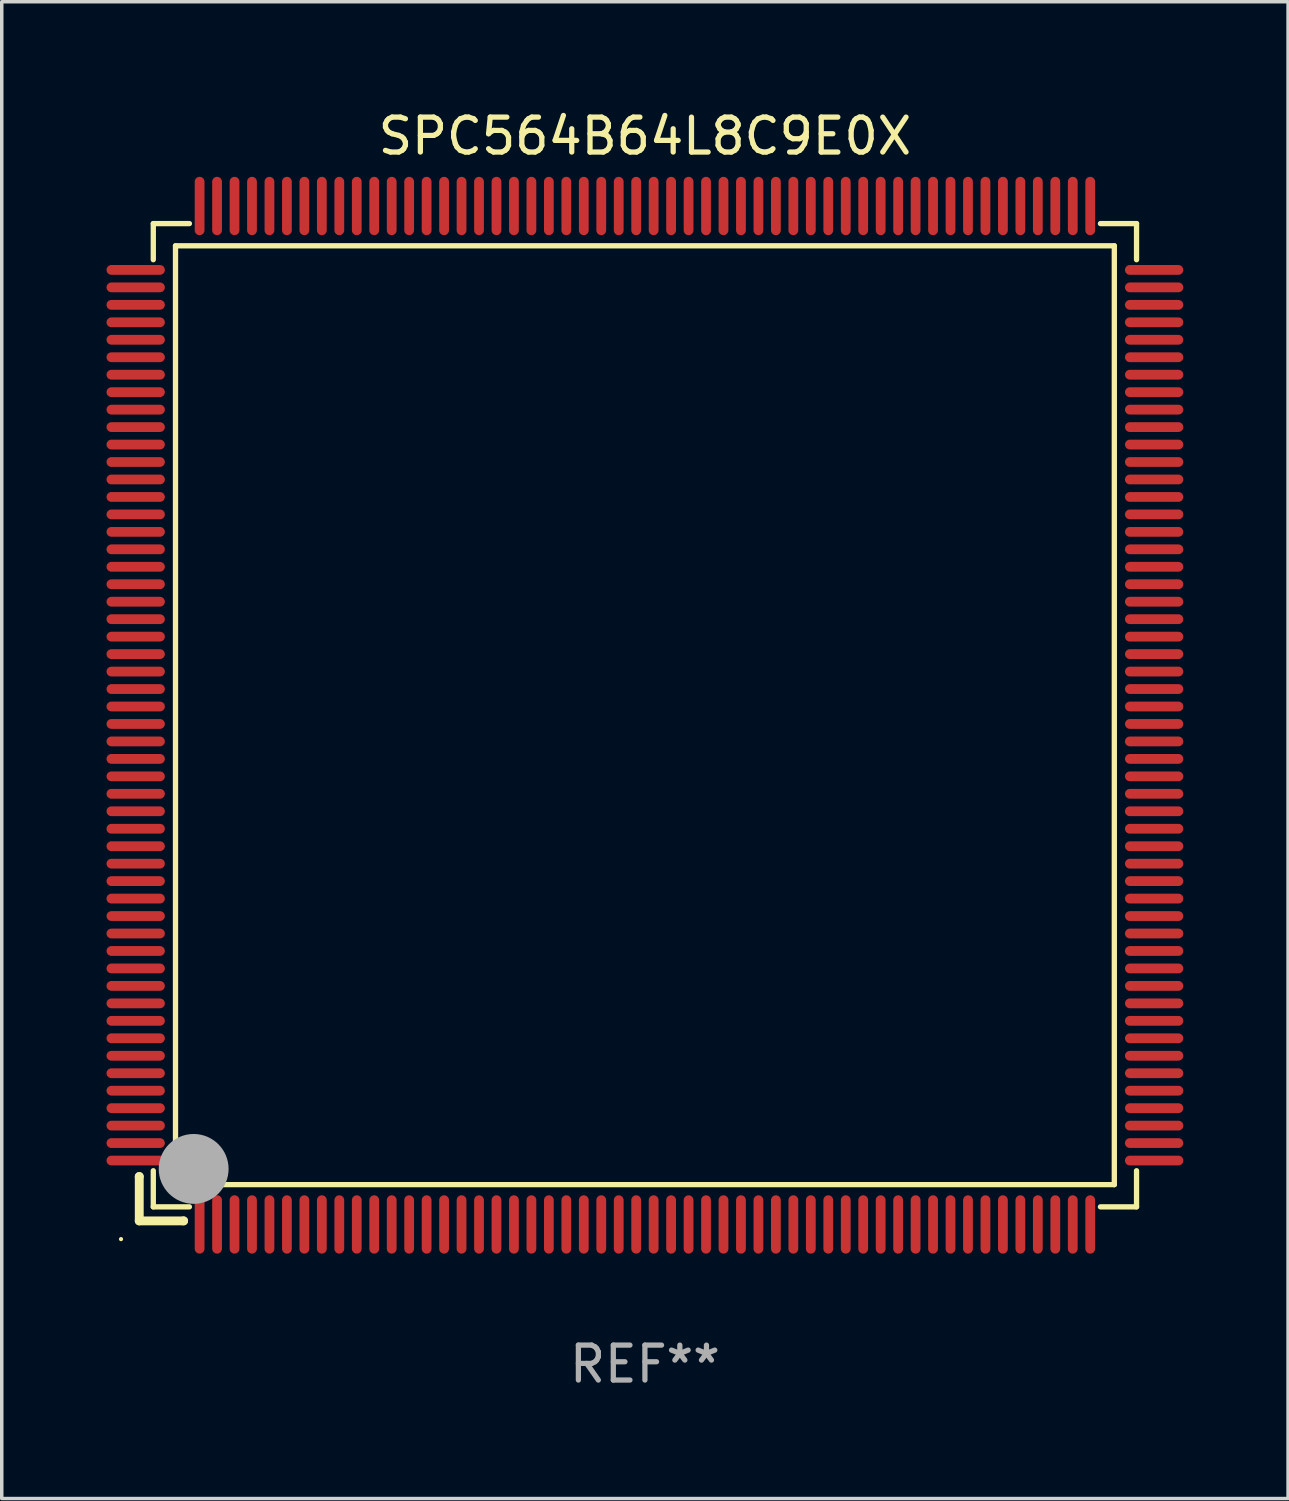
<source format=kicad_pcb>
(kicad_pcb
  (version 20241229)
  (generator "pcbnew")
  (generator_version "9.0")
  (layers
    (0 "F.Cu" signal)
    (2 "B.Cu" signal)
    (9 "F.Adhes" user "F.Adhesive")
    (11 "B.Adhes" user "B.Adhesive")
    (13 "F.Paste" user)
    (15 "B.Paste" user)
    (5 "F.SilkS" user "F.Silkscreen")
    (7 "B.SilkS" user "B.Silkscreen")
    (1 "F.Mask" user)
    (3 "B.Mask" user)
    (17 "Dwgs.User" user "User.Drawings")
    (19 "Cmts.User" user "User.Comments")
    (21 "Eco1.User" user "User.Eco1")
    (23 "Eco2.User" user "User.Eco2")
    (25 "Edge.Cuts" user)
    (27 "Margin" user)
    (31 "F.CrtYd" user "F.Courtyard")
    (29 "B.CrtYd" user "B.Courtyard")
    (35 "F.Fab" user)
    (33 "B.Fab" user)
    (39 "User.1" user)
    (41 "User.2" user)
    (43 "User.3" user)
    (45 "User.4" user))
  (footprint "SPC564B64L8C9E0X"
    (layer "F.Cu")
    (at 15.415 17.428)
    (property "Reference" "SPC564B64L8C9E0X" (at 0 -16.58 0) (layer "F.SilkS") (effects (font (size 1 1) (thickness 0.15))))
    (attr through_hole)
    (fp_line (start -14.478 13.208) (end -14.478 13.208) (stroke (width 0.254) (type solid)) (layer "F.SilkS"))
    (fp_line (start -14.478 13.208) (end -14.478 14.478) (stroke (width 0.254) (type solid)) (layer "F.SilkS"))
    (fp_line (start -14.478 14.478) (end -13.208 14.478) (stroke (width 0.254) (type solid)) (layer "F.SilkS"))
    (fp_line (start -14.076 -14.076) (end -14.076 -13.042) (stroke (width 0.152) (type solid)) (layer "F.SilkS"))
    (fp_line (start -14.076 14.076) (end -14.076 13.042) (stroke (width 0.152) (type solid)) (layer "F.SilkS"))
    (fp_line (start -13.44 -13.44) (end 13.44 -13.44) (stroke (width 0.152) (type solid)) (layer "F.SilkS"))
    (fp_line (start -13.44 13.44) (end -13.44 -13.44) (stroke (width 0.152) (type solid)) (layer "F.SilkS"))
    (fp_line (start -13.208 14.478) (end -13.208 14.478) (stroke (width 0.254) (type solid)) (layer "F.SilkS"))
    (fp_line (start -13.042 -14.076) (end -14.076 -14.076) (stroke (width 0.152) (type solid)) (layer "F.SilkS"))
    (fp_line (start -13.042 14.076) (end -14.076 14.076) (stroke (width 0.152) (type solid)) (layer "F.SilkS"))
    (fp_line (start 13.042 -14.076) (end 14.076 -14.076) (stroke (width 0.152) (type solid)) (layer "F.SilkS"))
    (fp_line (start 13.042 14.076) (end 14.076 14.076) (stroke (width 0.152) (type solid)) (layer "F.SilkS"))
    (fp_line (start 13.44 -13.44) (end 13.44 13.44) (stroke (width 0.152) (type solid)) (layer "F.SilkS"))
    (fp_line (start 13.44 13.44) (end -13.44 13.44) (stroke (width 0.152) (type solid)) (layer "F.SilkS"))
    (fp_line (start 14.076 -14.076) (end 14.076 -13.042) (stroke (width 0.152) (type solid)) (layer "F.SilkS"))
    (fp_line (start 14.076 14.076) (end 14.076 13.042) (stroke (width 0.152) (type solid)) (layer "F.SilkS"))
    (fp_circle (center -15 15) (end -14.97 15) (stroke (width 0.06) (type solid)) (fill no) (layer "F.SilkS"))
    (fp_circle (center -13.138 13.138) (end -13.063 13.138) (stroke (width 0.15) (type solid)) (fill no) (layer "F.SilkS"))
    (fp_circle (center -12.92 12.99) (end -12.42 12.99) (stroke (width 1) (type solid)) (fill no) (layer "F.Fab"))
    (fp_text user "REF**" (at 0 18.58 0) (layer "F.Fab") (effects (font (size 1 1) (thickness 0.15))))
    (pad "1" smd oval (at -12.75 14.58) (size 0.28 1.67) (layers "F.Cu" "F.Mask" "F.Paste"))
    (pad "2" smd oval (at -12.25 14.58) (size 0.28 1.67) (layers "F.Cu" "F.Mask" "F.Paste"))
    (pad "3" smd oval (at -11.75 14.58) (size 0.28 1.67) (layers "F.Cu" "F.Mask" "F.Paste"))
    (pad "4" smd oval (at -11.25 14.58) (size 0.28 1.67) (layers "F.Cu" "F.Mask" "F.Paste"))
    (pad "5" smd oval (at -10.75 14.58) (size 0.28 1.67) (layers "F.Cu" "F.Mask" "F.Paste"))
    (pad "6" smd oval (at -10.25 14.58) (size 0.28 1.67) (layers "F.Cu" "F.Mask" "F.Paste"))
    (pad "7" smd oval (at -9.75 14.58) (size 0.28 1.67) (layers "F.Cu" "F.Mask" "F.Paste"))
    (pad "8" smd oval (at -9.25 14.58) (size 0.28 1.67) (layers "F.Cu" "F.Mask" "F.Paste"))
    (pad "9" smd oval (at -8.75 14.58) (size 0.28 1.67) (layers "F.Cu" "F.Mask" "F.Paste"))
    (pad "10" smd oval (at -8.25 14.58) (size 0.28 1.67) (layers "F.Cu" "F.Mask" "F.Paste"))
    (pad "11" smd oval (at -7.75 14.58) (size 0.28 1.67) (layers "F.Cu" "F.Mask" "F.Paste"))
    (pad "12" smd oval (at -7.25 14.58) (size 0.28 1.67) (layers "F.Cu" "F.Mask" "F.Paste"))
    (pad "13" smd oval (at -6.75 14.58) (size 0.28 1.67) (layers "F.Cu" "F.Mask" "F.Paste"))
    (pad "14" smd oval (at -6.25 14.58) (size 0.28 1.67) (layers "F.Cu" "F.Mask" "F.Paste"))
    (pad "15" smd oval (at -5.75 14.58) (size 0.28 1.67) (layers "F.Cu" "F.Mask" "F.Paste"))
    (pad "16" smd oval (at -5.25 14.58) (size 0.28 1.67) (layers "F.Cu" "F.Mask" "F.Paste"))
    (pad "17" smd oval (at -4.75 14.58) (size 0.28 1.67) (layers "F.Cu" "F.Mask" "F.Paste"))
    (pad "18" smd oval (at -4.25 14.58) (size 0.28 1.67) (layers "F.Cu" "F.Mask" "F.Paste"))
    (pad "19" smd oval (at -3.75 14.58) (size 0.28 1.67) (layers "F.Cu" "F.Mask" "F.Paste"))
    (pad "20" smd oval (at -3.25 14.58) (size 0.28 1.67) (layers "F.Cu" "F.Mask" "F.Paste"))
    (pad "21" smd oval (at -2.75 14.58) (size 0.28 1.67) (layers "F.Cu" "F.Mask" "F.Paste"))
    (pad "22" smd oval (at -2.25 14.58) (size 0.28 1.67) (layers "F.Cu" "F.Mask" "F.Paste"))
    (pad "23" smd oval (at -1.75 14.58) (size 0.28 1.67) (layers "F.Cu" "F.Mask" "F.Paste"))
    (pad "24" smd oval (at -1.25 14.58) (size 0.28 1.67) (layers "F.Cu" "F.Mask" "F.Paste"))
    (pad "25" smd oval (at -0.75 14.58) (size 0.28 1.67) (layers "F.Cu" "F.Mask" "F.Paste"))
    (pad "26" smd oval (at -0.25 14.58) (size 0.28 1.67) (layers "F.Cu" "F.Mask" "F.Paste"))
    (pad "27" smd oval (at 0.25 14.58) (size 0.28 1.67) (layers "F.Cu" "F.Mask" "F.Paste"))
    (pad "28" smd oval (at 0.75 14.58) (size 0.28 1.67) (layers "F.Cu" "F.Mask" "F.Paste"))
    (pad "29" smd oval (at 1.25 14.58) (size 0.28 1.67) (layers "F.Cu" "F.Mask" "F.Paste"))
    (pad "30" smd oval (at 1.75 14.58) (size 0.28 1.67) (layers "F.Cu" "F.Mask" "F.Paste"))
    (pad "31" smd oval (at 2.25 14.58) (size 0.28 1.67) (layers "F.Cu" "F.Mask" "F.Paste"))
    (pad "32" smd oval (at 2.75 14.58) (size 0.28 1.67) (layers "F.Cu" "F.Mask" "F.Paste"))
    (pad "33" smd oval (at 3.25 14.58) (size 0.28 1.67) (layers "F.Cu" "F.Mask" "F.Paste"))
    (pad "34" smd oval (at 3.75 14.58) (size 0.28 1.67) (layers "F.Cu" "F.Mask" "F.Paste"))
    (pad "35" smd oval (at 4.25 14.58) (size 0.28 1.67) (layers "F.Cu" "F.Mask" "F.Paste"))
    (pad "36" smd oval (at 4.75 14.58) (size 0.28 1.67) (layers "F.Cu" "F.Mask" "F.Paste"))
    (pad "37" smd oval (at 5.25 14.58) (size 0.28 1.67) (layers "F.Cu" "F.Mask" "F.Paste"))
    (pad "38" smd oval (at 5.75 14.58) (size 0.28 1.67) (layers "F.Cu" "F.Mask" "F.Paste"))
    (pad "39" smd oval (at 6.25 14.58) (size 0.28 1.67) (layers "F.Cu" "F.Mask" "F.Paste"))
    (pad "40" smd oval (at 6.75 14.58) (size 0.28 1.67) (layers "F.Cu" "F.Mask" "F.Paste"))
    (pad "41" smd oval (at 7.25 14.58) (size 0.28 1.67) (layers "F.Cu" "F.Mask" "F.Paste"))
    (pad "42" smd oval (at 7.75 14.58) (size 0.28 1.67) (layers "F.Cu" "F.Mask" "F.Paste"))
    (pad "43" smd oval (at 8.25 14.58) (size 0.28 1.67) (layers "F.Cu" "F.Mask" "F.Paste"))
    (pad "44" smd oval (at 8.75 14.58) (size 0.28 1.67) (layers "F.Cu" "F.Mask" "F.Paste"))
    (pad "45" smd oval (at 9.25 14.58) (size 0.28 1.67) (layers "F.Cu" "F.Mask" "F.Paste"))
    (pad "46" smd oval (at 9.75 14.58) (size 0.28 1.67) (layers "F.Cu" "F.Mask" "F.Paste"))
    (pad "47" smd oval (at 10.25 14.58) (size 0.28 1.67) (layers "F.Cu" "F.Mask" "F.Paste"))
    (pad "48" smd oval (at 10.75 14.58) (size 0.28 1.67) (layers "F.Cu" "F.Mask" "F.Paste"))
    (pad "49" smd oval (at 11.25 14.58) (size 0.28 1.67) (layers "F.Cu" "F.Mask" "F.Paste"))
    (pad "50" smd oval (at 11.75 14.58) (size 0.28 1.67) (layers "F.Cu" "F.Mask" "F.Paste"))
    (pad "51" smd oval (at 12.25 14.58) (size 0.28 1.67) (layers "F.Cu" "F.Mask" "F.Paste"))
    (pad "52" smd oval (at 12.75 14.58) (size 0.28 1.67) (layers "F.Cu" "F.Mask" "F.Paste"))
    (pad "53" smd oval (at 14.58 12.75) (size 1.67 0.28) (layers "F.Cu" "F.Mask" "F.Paste"))
    (pad "54" smd oval (at 14.58 12.25) (size 1.67 0.28) (layers "F.Cu" "F.Mask" "F.Paste"))
    (pad "55" smd oval (at 14.58 11.75) (size 1.67 0.28) (layers "F.Cu" "F.Mask" "F.Paste"))
    (pad "56" smd oval (at 14.58 11.25) (size 1.67 0.28) (layers "F.Cu" "F.Mask" "F.Paste"))
    (pad "57" smd oval (at 14.58 10.75) (size 1.67 0.28) (layers "F.Cu" "F.Mask" "F.Paste"))
    (pad "58" smd oval (at 14.58 10.25) (size 1.67 0.28) (layers "F.Cu" "F.Mask" "F.Paste"))
    (pad "59" smd oval (at 14.58 9.75) (size 1.67 0.28) (layers "F.Cu" "F.Mask" "F.Paste"))
    (pad "60" smd oval (at 14.58 9.25) (size 1.67 0.28) (layers "F.Cu" "F.Mask" "F.Paste"))
    (pad "61" smd oval (at 14.58 8.75) (size 1.67 0.28) (layers "F.Cu" "F.Mask" "F.Paste"))
    (pad "62" smd oval (at 14.58 8.25) (size 1.67 0.28) (layers "F.Cu" "F.Mask" "F.Paste"))
    (pad "63" smd oval (at 14.58 7.75) (size 1.67 0.28) (layers "F.Cu" "F.Mask" "F.Paste"))
    (pad "64" smd oval (at 14.58 7.25) (size 1.67 0.28) (layers "F.Cu" "F.Mask" "F.Paste"))
    (pad "65" smd oval (at 14.58 6.75) (size 1.67 0.28) (layers "F.Cu" "F.Mask" "F.Paste"))
    (pad "66" smd oval (at 14.58 6.25) (size 1.67 0.28) (layers "F.Cu" "F.Mask" "F.Paste"))
    (pad "67" smd oval (at 14.58 5.75) (size 1.67 0.28) (layers "F.Cu" "F.Mask" "F.Paste"))
    (pad "68" smd oval (at 14.58 5.25) (size 1.67 0.28) (layers "F.Cu" "F.Mask" "F.Paste"))
    (pad "69" smd oval (at 14.58 4.75) (size 1.67 0.28) (layers "F.Cu" "F.Mask" "F.Paste"))
    (pad "70" smd oval (at 14.58 4.25) (size 1.67 0.28) (layers "F.Cu" "F.Mask" "F.Paste"))
    (pad "71" smd oval (at 14.58 3.75) (size 1.67 0.28) (layers "F.Cu" "F.Mask" "F.Paste"))
    (pad "72" smd oval (at 14.58 3.25) (size 1.67 0.28) (layers "F.Cu" "F.Mask" "F.Paste"))
    (pad "73" smd oval (at 14.58 2.75) (size 1.67 0.28) (layers "F.Cu" "F.Mask" "F.Paste"))
    (pad "74" smd oval (at 14.58 2.25) (size 1.67 0.28) (layers "F.Cu" "F.Mask" "F.Paste"))
    (pad "75" smd oval (at 14.58 1.75) (size 1.67 0.28) (layers "F.Cu" "F.Mask" "F.Paste"))
    (pad "76" smd oval (at 14.58 1.25) (size 1.67 0.28) (layers "F.Cu" "F.Mask" "F.Paste"))
    (pad "77" smd oval (at 14.58 0.75) (size 1.67 0.28) (layers "F.Cu" "F.Mask" "F.Paste"))
    (pad "78" smd oval (at 14.58 0.25) (size 1.67 0.28) (layers "F.Cu" "F.Mask" "F.Paste"))
    (pad "79" smd oval (at 14.58 -0.25) (size 1.67 0.28) (layers "F.Cu" "F.Mask" "F.Paste"))
    (pad "80" smd oval (at 14.58 -0.75) (size 1.67 0.28) (layers "F.Cu" "F.Mask" "F.Paste"))
    (pad "81" smd oval (at 14.58 -1.25) (size 1.67 0.28) (layers "F.Cu" "F.Mask" "F.Paste"))
    (pad "82" smd oval (at 14.58 -1.75) (size 1.67 0.28) (layers "F.Cu" "F.Mask" "F.Paste"))
    (pad "83" smd oval (at 14.58 -2.25) (size 1.67 0.28) (layers "F.Cu" "F.Mask" "F.Paste"))
    (pad "84" smd oval (at 14.58 -2.75) (size 1.67 0.28) (layers "F.Cu" "F.Mask" "F.Paste"))
    (pad "85" smd oval (at 14.58 -3.25) (size 1.67 0.28) (layers "F.Cu" "F.Mask" "F.Paste"))
    (pad "86" smd oval (at 14.58 -3.75) (size 1.67 0.28) (layers "F.Cu" "F.Mask" "F.Paste"))
    (pad "87" smd oval (at 14.58 -4.25) (size 1.67 0.28) (layers "F.Cu" "F.Mask" "F.Paste"))
    (pad "88" smd oval (at 14.58 -4.75) (size 1.67 0.28) (layers "F.Cu" "F.Mask" "F.Paste"))
    (pad "89" smd oval (at 14.58 -5.25) (size 1.67 0.28) (layers "F.Cu" "F.Mask" "F.Paste"))
    (pad "90" smd oval (at 14.58 -5.75) (size 1.67 0.28) (layers "F.Cu" "F.Mask" "F.Paste"))
    (pad "91" smd oval (at 14.58 -6.25) (size 1.67 0.28) (layers "F.Cu" "F.Mask" "F.Paste"))
    (pad "92" smd oval (at 14.58 -6.75) (size 1.67 0.28) (layers "F.Cu" "F.Mask" "F.Paste"))
    (pad "93" smd oval (at 14.58 -7.25) (size 1.67 0.28) (layers "F.Cu" "F.Mask" "F.Paste"))
    (pad "94" smd oval (at 14.58 -7.75) (size 1.67 0.28) (layers "F.Cu" "F.Mask" "F.Paste"))
    (pad "95" smd oval (at 14.58 -8.25) (size 1.67 0.28) (layers "F.Cu" "F.Mask" "F.Paste"))
    (pad "96" smd oval (at 14.58 -8.75) (size 1.67 0.28) (layers "F.Cu" "F.Mask" "F.Paste"))
    (pad "97" smd oval (at 14.58 -9.25) (size 1.67 0.28) (layers "F.Cu" "F.Mask" "F.Paste"))
    (pad "98" smd oval (at 14.58 -9.75) (size 1.67 0.28) (layers "F.Cu" "F.Mask" "F.Paste"))
    (pad "99" smd oval (at 14.58 -10.25) (size 1.67 0.28) (layers "F.Cu" "F.Mask" "F.Paste"))
    (pad "100" smd oval (at 14.58 -10.75) (size 1.67 0.28) (layers "F.Cu" "F.Mask" "F.Paste"))
    (pad "101" smd oval (at 14.58 -11.25) (size 1.67 0.28) (layers "F.Cu" "F.Mask" "F.Paste"))
    (pad "102" smd oval (at 14.58 -11.75) (size 1.67 0.28) (layers "F.Cu" "F.Mask" "F.Paste"))
    (pad "103" smd oval (at 14.58 -12.25) (size 1.67 0.28) (layers "F.Cu" "F.Mask" "F.Paste"))
    (pad "104" smd oval (at 14.58 -12.75) (size 1.67 0.28) (layers "F.Cu" "F.Mask" "F.Paste"))
    (pad "105" smd oval (at 12.75 -14.58) (size 0.28 1.67) (layers "F.Cu" "F.Mask" "F.Paste"))
    (pad "106" smd oval (at 12.25 -14.58) (size 0.28 1.67) (layers "F.Cu" "F.Mask" "F.Paste"))
    (pad "107" smd oval (at 11.75 -14.58) (size 0.28 1.67) (layers "F.Cu" "F.Mask" "F.Paste"))
    (pad "108" smd oval (at 11.25 -14.58) (size 0.28 1.67) (layers "F.Cu" "F.Mask" "F.Paste"))
    (pad "109" smd oval (at 10.75 -14.58) (size 0.28 1.67) (layers "F.Cu" "F.Mask" "F.Paste"))
    (pad "110" smd oval (at 10.25 -14.58) (size 0.28 1.67) (layers "F.Cu" "F.Mask" "F.Paste"))
    (pad "111" smd oval (at 9.75 -14.58) (size 0.28 1.67) (layers "F.Cu" "F.Mask" "F.Paste"))
    (pad "112" smd oval (at 9.25 -14.58) (size 0.28 1.67) (layers "F.Cu" "F.Mask" "F.Paste"))
    (pad "113" smd oval (at 8.75 -14.58) (size 0.28 1.67) (layers "F.Cu" "F.Mask" "F.Paste"))
    (pad "114" smd oval (at 8.25 -14.58) (size 0.28 1.67) (layers "F.Cu" "F.Mask" "F.Paste"))
    (pad "115" smd oval (at 7.75 -14.58) (size 0.28 1.67) (layers "F.Cu" "F.Mask" "F.Paste"))
    (pad "116" smd oval (at 7.25 -14.58) (size 0.28 1.67) (layers "F.Cu" "F.Mask" "F.Paste"))
    (pad "117" smd oval (at 6.75 -14.58) (size 0.28 1.67) (layers "F.Cu" "F.Mask" "F.Paste"))
    (pad "118" smd oval (at 6.25 -14.58) (size 0.28 1.67) (layers "F.Cu" "F.Mask" "F.Paste"))
    (pad "119" smd oval (at 5.75 -14.58) (size 0.28 1.67) (layers "F.Cu" "F.Mask" "F.Paste"))
    (pad "120" smd oval (at 5.25 -14.58) (size 0.28 1.67) (layers "F.Cu" "F.Mask" "F.Paste"))
    (pad "121" smd oval (at 4.75 -14.58) (size 0.28 1.67) (layers "F.Cu" "F.Mask" "F.Paste"))
    (pad "122" smd oval (at 4.25 -14.58) (size 0.28 1.67) (layers "F.Cu" "F.Mask" "F.Paste"))
    (pad "123" smd oval (at 3.75 -14.58) (size 0.28 1.67) (layers "F.Cu" "F.Mask" "F.Paste"))
    (pad "124" smd oval (at 3.25 -14.58) (size 0.28 1.67) (layers "F.Cu" "F.Mask" "F.Paste"))
    (pad "125" smd oval (at 2.75 -14.58) (size 0.28 1.67) (layers "F.Cu" "F.Mask" "F.Paste"))
    (pad "126" smd oval (at 2.25 -14.58) (size 0.28 1.67) (layers "F.Cu" "F.Mask" "F.Paste"))
    (pad "127" smd oval (at 1.75 -14.58) (size 0.28 1.67) (layers "F.Cu" "F.Mask" "F.Paste"))
    (pad "128" smd oval (at 1.25 -14.58) (size 0.28 1.67) (layers "F.Cu" "F.Mask" "F.Paste"))
    (pad "129" smd oval (at 0.75 -14.58) (size 0.28 1.67) (layers "F.Cu" "F.Mask" "F.Paste"))
    (pad "130" smd oval (at 0.25 -14.58) (size 0.28 1.67) (layers "F.Cu" "F.Mask" "F.Paste"))
    (pad "131" smd oval (at -0.25 -14.58) (size 0.28 1.67) (layers "F.Cu" "F.Mask" "F.Paste"))
    (pad "132" smd oval (at -0.75 -14.58) (size 0.28 1.67) (layers "F.Cu" "F.Mask" "F.Paste"))
    (pad "133" smd oval (at -1.25 -14.58) (size 0.28 1.67) (layers "F.Cu" "F.Mask" "F.Paste"))
    (pad "134" smd oval (at -1.75 -14.58) (size 0.28 1.67) (layers "F.Cu" "F.Mask" "F.Paste"))
    (pad "135" smd oval (at -2.25 -14.58) (size 0.28 1.67) (layers "F.Cu" "F.Mask" "F.Paste"))
    (pad "136" smd oval (at -2.75 -14.58) (size 0.28 1.67) (layers "F.Cu" "F.Mask" "F.Paste"))
    (pad "137" smd oval (at -3.25 -14.58) (size 0.28 1.67) (layers "F.Cu" "F.Mask" "F.Paste"))
    (pad "138" smd oval (at -3.75 -14.58) (size 0.28 1.67) (layers "F.Cu" "F.Mask" "F.Paste"))
    (pad "139" smd oval (at -4.25 -14.58) (size 0.28 1.67) (layers "F.Cu" "F.Mask" "F.Paste"))
    (pad "140" smd oval (at -4.75 -14.58) (size 0.28 1.67) (layers "F.Cu" "F.Mask" "F.Paste"))
    (pad "141" smd oval (at -5.25 -14.58) (size 0.28 1.67) (layers "F.Cu" "F.Mask" "F.Paste"))
    (pad "142" smd oval (at -5.75 -14.58) (size 0.28 1.67) (layers "F.Cu" "F.Mask" "F.Paste"))
    (pad "143" smd oval (at -6.25 -14.58) (size 0.28 1.67) (layers "F.Cu" "F.Mask" "F.Paste"))
    (pad "144" smd oval (at -6.75 -14.58) (size 0.28 1.67) (layers "F.Cu" "F.Mask" "F.Paste"))
    (pad "145" smd oval (at -7.25 -14.58) (size 0.28 1.67) (layers "F.Cu" "F.Mask" "F.Paste"))
    (pad "146" smd oval (at -7.75 -14.58) (size 0.28 1.67) (layers "F.Cu" "F.Mask" "F.Paste"))
    (pad "147" smd oval (at -8.25 -14.58) (size 0.28 1.67) (layers "F.Cu" "F.Mask" "F.Paste"))
    (pad "148" smd oval (at -8.75 -14.58) (size 0.28 1.67) (layers "F.Cu" "F.Mask" "F.Paste"))
    (pad "149" smd oval (at -9.25 -14.58) (size 0.28 1.67) (layers "F.Cu" "F.Mask" "F.Paste"))
    (pad "150" smd oval (at -9.75 -14.58) (size 0.28 1.67) (layers "F.Cu" "F.Mask" "F.Paste"))
    (pad "151" smd oval (at -10.25 -14.58) (size 0.28 1.67) (layers "F.Cu" "F.Mask" "F.Paste"))
    (pad "152" smd oval (at -10.75 -14.58) (size 0.28 1.67) (layers "F.Cu" "F.Mask" "F.Paste"))
    (pad "153" smd oval (at -11.25 -14.58) (size 0.28 1.67) (layers "F.Cu" "F.Mask" "F.Paste"))
    (pad "154" smd oval (at -11.75 -14.58) (size 0.28 1.67) (layers "F.Cu" "F.Mask" "F.Paste"))
    (pad "155" smd oval (at -12.25 -14.58) (size 0.28 1.67) (layers "F.Cu" "F.Mask" "F.Paste"))
    (pad "156" smd oval (at -12.75 -14.58) (size 0.28 1.67) (layers "F.Cu" "F.Mask" "F.Paste"))
    (pad "157" smd oval (at -14.58 -12.75) (size 1.67 0.28) (layers "F.Cu" "F.Mask" "F.Paste"))
    (pad "158" smd oval (at -14.58 -12.25) (size 1.67 0.28) (layers "F.Cu" "F.Mask" "F.Paste"))
    (pad "159" smd oval (at -14.58 -11.75) (size 1.67 0.28) (layers "F.Cu" "F.Mask" "F.Paste"))
    (pad "160" smd oval (at -14.58 -11.25) (size 1.67 0.28) (layers "F.Cu" "F.Mask" "F.Paste"))
    (pad "161" smd oval (at -14.58 -10.75) (size 1.67 0.28) (layers "F.Cu" "F.Mask" "F.Paste"))
    (pad "162" smd oval (at -14.58 -10.25) (size 1.67 0.28) (layers "F.Cu" "F.Mask" "F.Paste"))
    (pad "163" smd oval (at -14.58 -9.75) (size 1.67 0.28) (layers "F.Cu" "F.Mask" "F.Paste"))
    (pad "164" smd oval (at -14.58 -9.25) (size 1.67 0.28) (layers "F.Cu" "F.Mask" "F.Paste"))
    (pad "165" smd oval (at -14.58 -8.75) (size 1.67 0.28) (layers "F.Cu" "F.Mask" "F.Paste"))
    (pad "166" smd oval (at -14.58 -8.25) (size 1.67 0.28) (layers "F.Cu" "F.Mask" "F.Paste"))
    (pad "167" smd oval (at -14.58 -7.75) (size 1.67 0.28) (layers "F.Cu" "F.Mask" "F.Paste"))
    (pad "168" smd oval (at -14.58 -7.25) (size 1.67 0.28) (layers "F.Cu" "F.Mask" "F.Paste"))
    (pad "169" smd oval (at -14.58 -6.75) (size 1.67 0.28) (layers "F.Cu" "F.Mask" "F.Paste"))
    (pad "170" smd oval (at -14.58 -6.25) (size 1.67 0.28) (layers "F.Cu" "F.Mask" "F.Paste"))
    (pad "171" smd oval (at -14.58 -5.75) (size 1.67 0.28) (layers "F.Cu" "F.Mask" "F.Paste"))
    (pad "172" smd oval (at -14.58 -5.25) (size 1.67 0.28) (layers "F.Cu" "F.Mask" "F.Paste"))
    (pad "173" smd oval (at -14.58 -4.75) (size 1.67 0.28) (layers "F.Cu" "F.Mask" "F.Paste"))
    (pad "174" smd oval (at -14.58 -4.25) (size 1.67 0.28) (layers "F.Cu" "F.Mask" "F.Paste"))
    (pad "175" smd oval (at -14.58 -3.75) (size 1.67 0.28) (layers "F.Cu" "F.Mask" "F.Paste"))
    (pad "176" smd oval (at -14.58 -3.25) (size 1.67 0.28) (layers "F.Cu" "F.Mask" "F.Paste"))
    (pad "177" smd oval (at -14.58 -2.75) (size 1.67 0.28) (layers "F.Cu" "F.Mask" "F.Paste"))
    (pad "178" smd oval (at -14.58 -2.25) (size 1.67 0.28) (layers "F.Cu" "F.Mask" "F.Paste"))
    (pad "179" smd oval (at -14.58 -1.75) (size 1.67 0.28) (layers "F.Cu" "F.Mask" "F.Paste"))
    (pad "180" smd oval (at -14.58 -1.25) (size 1.67 0.28) (layers "F.Cu" "F.Mask" "F.Paste"))
    (pad "181" smd oval (at -14.58 -0.75) (size 1.67 0.28) (layers "F.Cu" "F.Mask" "F.Paste"))
    (pad "182" smd oval (at -14.58 -0.25) (size 1.67 0.28) (layers "F.Cu" "F.Mask" "F.Paste"))
    (pad "183" smd oval (at -14.58 0.25) (size 1.67 0.28) (layers "F.Cu" "F.Mask" "F.Paste"))
    (pad "184" smd oval (at -14.58 0.75) (size 1.67 0.28) (layers "F.Cu" "F.Mask" "F.Paste"))
    (pad "185" smd oval (at -14.58 1.25) (size 1.67 0.28) (layers "F.Cu" "F.Mask" "F.Paste"))
    (pad "186" smd oval (at -14.58 1.75) (size 1.67 0.28) (layers "F.Cu" "F.Mask" "F.Paste"))
    (pad "187" smd oval (at -14.58 2.25) (size 1.67 0.28) (layers "F.Cu" "F.Mask" "F.Paste"))
    (pad "188" smd oval (at -14.58 2.75) (size 1.67 0.28) (layers "F.Cu" "F.Mask" "F.Paste"))
    (pad "189" smd oval (at -14.58 3.25) (size 1.67 0.28) (layers "F.Cu" "F.Mask" "F.Paste"))
    (pad "190" smd oval (at -14.58 3.75) (size 1.67 0.28) (layers "F.Cu" "F.Mask" "F.Paste"))
    (pad "191" smd oval (at -14.58 4.25) (size 1.67 0.28) (layers "F.Cu" "F.Mask" "F.Paste"))
    (pad "192" smd oval (at -14.58 4.75) (size 1.67 0.28) (layers "F.Cu" "F.Mask" "F.Paste"))
    (pad "193" smd oval (at -14.58 5.25) (size 1.67 0.28) (layers "F.Cu" "F.Mask" "F.Paste"))
    (pad "194" smd oval (at -14.58 5.75) (size 1.67 0.28) (layers "F.Cu" "F.Mask" "F.Paste"))
    (pad "195" smd oval (at -14.58 6.25) (size 1.67 0.28) (layers "F.Cu" "F.Mask" "F.Paste"))
    (pad "196" smd oval (at -14.58 6.75) (size 1.67 0.28) (layers "F.Cu" "F.Mask" "F.Paste"))
    (pad "197" smd oval (at -14.58 7.25) (size 1.67 0.28) (layers "F.Cu" "F.Mask" "F.Paste"))
    (pad "198" smd oval (at -14.58 7.75) (size 1.67 0.28) (layers "F.Cu" "F.Mask" "F.Paste"))
    (pad "199" smd oval (at -14.58 8.25) (size 1.67 0.28) (layers "F.Cu" "F.Mask" "F.Paste"))
    (pad "200" smd oval (at -14.58 8.75) (size 1.67 0.28) (layers "F.Cu" "F.Mask" "F.Paste"))
    (pad "201" smd oval (at -14.58 9.25) (size 1.67 0.28) (layers "F.Cu" "F.Mask" "F.Paste"))
    (pad "202" smd oval (at -14.58 9.75) (size 1.67 0.28) (layers "F.Cu" "F.Mask" "F.Paste"))
    (pad "203" smd oval (at -14.58 10.25) (size 1.67 0.28) (layers "F.Cu" "F.Mask" "F.Paste"))
    (pad "204" smd oval (at -14.58 10.75) (size 1.67 0.28) (layers "F.Cu" "F.Mask" "F.Paste"))
    (pad "205" smd oval (at -14.58 11.25) (size 1.67 0.28) (layers "F.Cu" "F.Mask" "F.Paste"))
    (pad "206" smd oval (at -14.58 11.75) (size 1.67 0.28) (layers "F.Cu" "F.Mask" "F.Paste"))
    (pad "207" smd oval (at -14.58 12.25) (size 1.67 0.28) (layers "F.Cu" "F.Mask" "F.Paste"))
    (pad "208" smd oval (at -14.58 12.75) (size 1.67 0.28) (layers "F.Cu" "F.Mask" "F.Paste")))
  (gr_rect
    (start -3 -3)
    (end 33.83 39.856)
    (stroke (width 0.1) (type default))
    (fill no)
    (layer "Edge.Cuts")))
</source>
